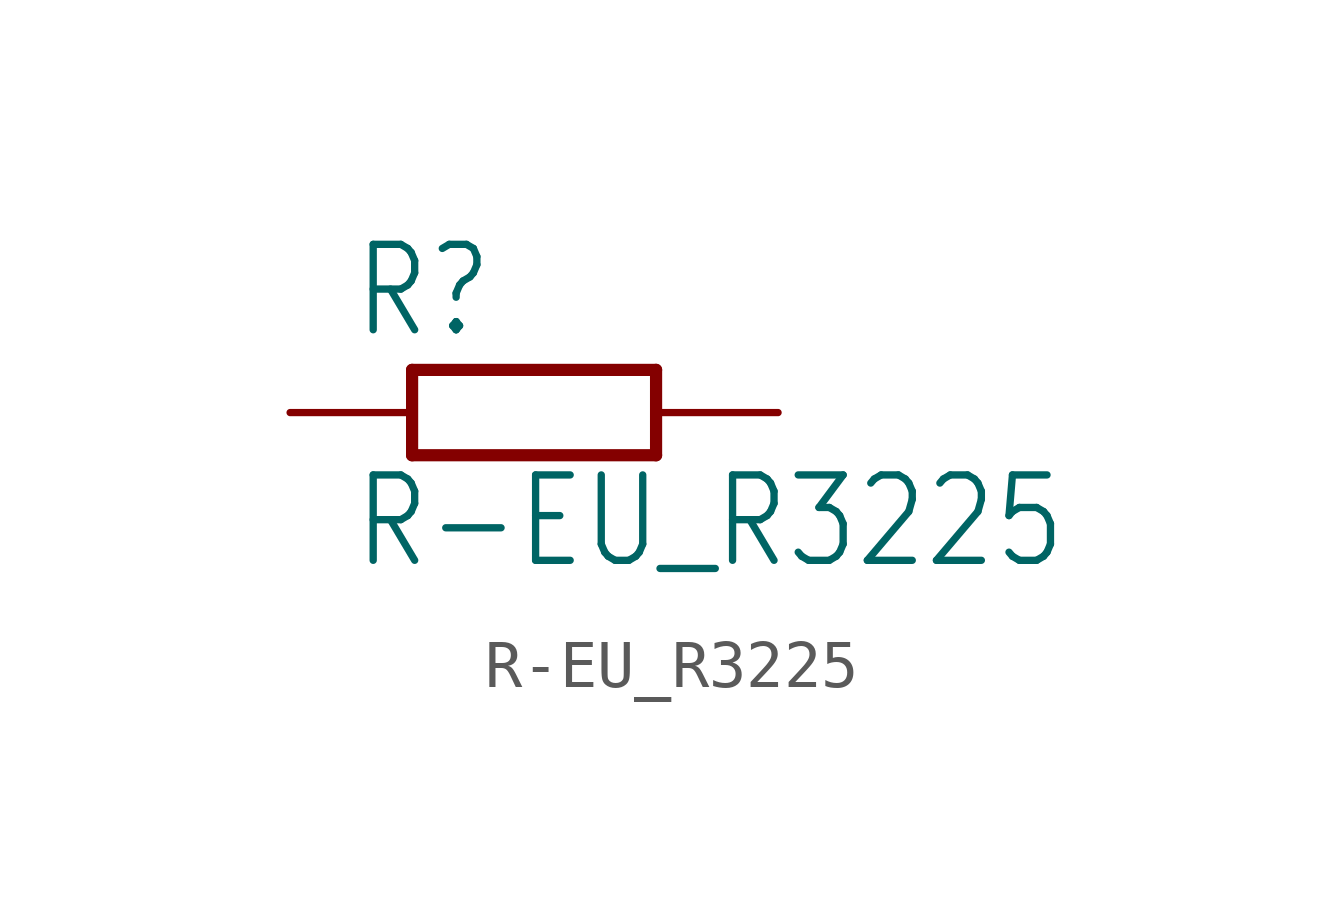
<source format=kicad_sym>
(kicad_symbol_lib
  (version 20210619)
  (generator kicad_symbol_editor)
  (symbol "R-EU_R3225"
    (property "Reference" "R"
      (at -3.81 1.499 0)
      (effects (font (size 1.778 1.511)) (justify left bottom)))
    (property "Value" "R-EU_R3225"
      (at -3.81 -3.302 0)
      (effects (font (size 1.778 1.511)) (justify left bottom)))
    (property "ki_locked" ""
      (at 0 0 0)
      (effects (font (size 1.27 1.27))))
    (symbol "R-EU_R3225_1_0"
      (polyline (pts (xy -2.54 -0.889) (xy -2.54 0.889)) (stroke (width 0.254)) (fill (type none)))
      (polyline (pts (xy -2.54 -0.889) (xy 2.54 -0.889)) (stroke (width 0.254)) (fill (type none)))
      (polyline (pts (xy 2.54 -0.889) (xy 2.54 0.889)) (stroke (width 0.254)) (fill (type none)))
      (polyline (pts (xy 2.54 0.889) (xy -2.54 0.889)) (stroke (width 0.254)) (fill (type none)))
      (pin passive line (at -5.08 0 0) (length 2.54) (name "1" (effects (font (size 0 0)))) (number "1" (effects (font (size 0 0)))))
      (pin passive line (at 5.08 0 180) (length 2.54) (name "2" (effects (font (size 0 0)))) (number "2" (effects (font (size 0 0))))))))
</source>
